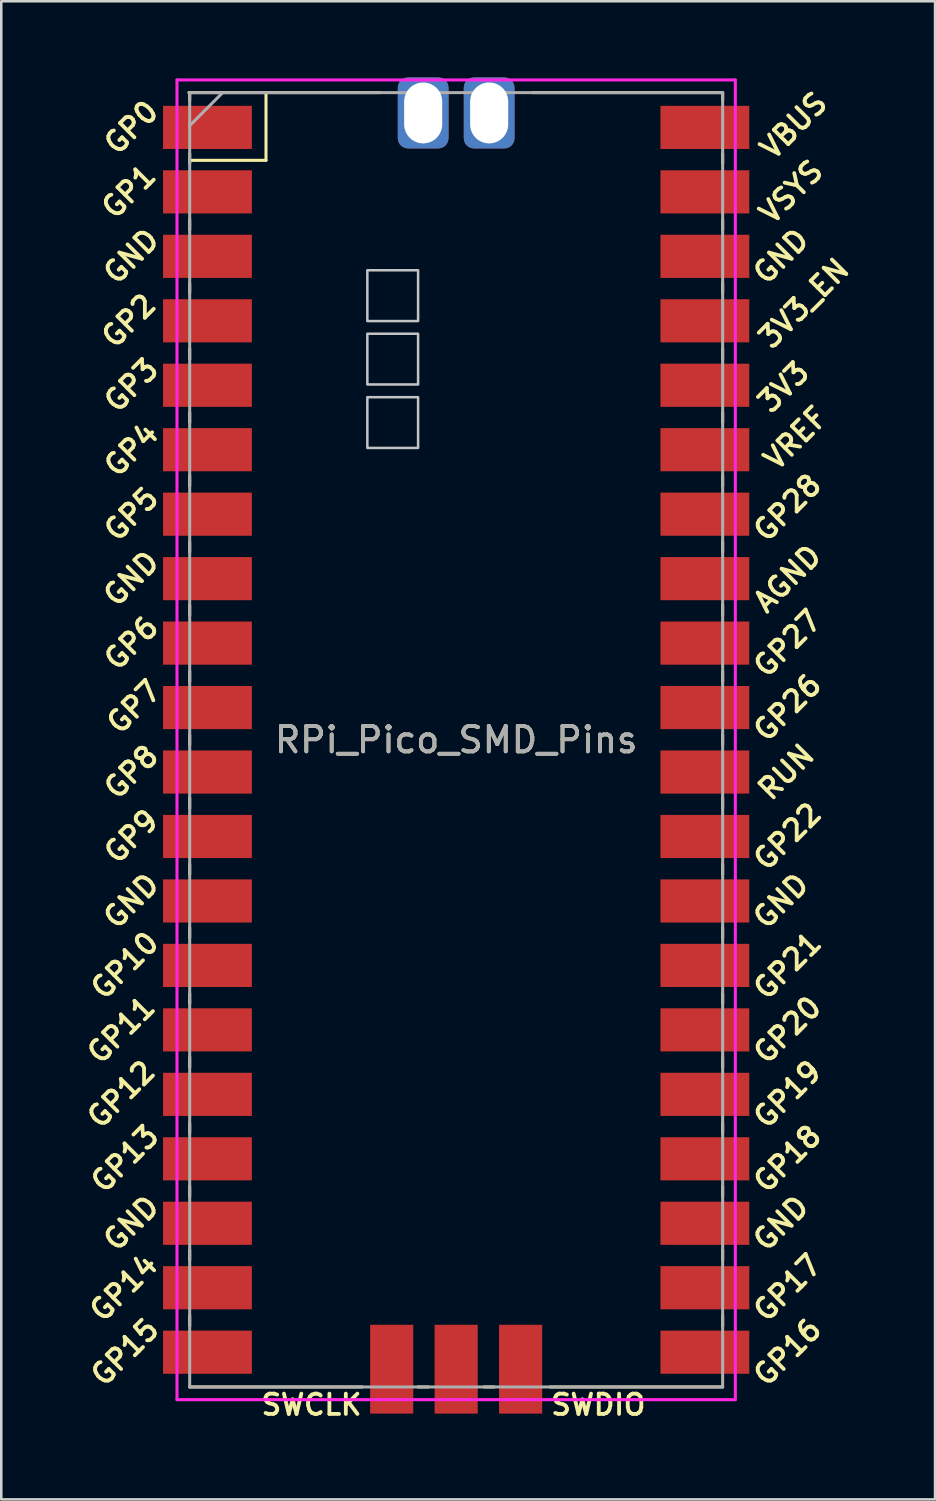
<source format=kicad_pcb>
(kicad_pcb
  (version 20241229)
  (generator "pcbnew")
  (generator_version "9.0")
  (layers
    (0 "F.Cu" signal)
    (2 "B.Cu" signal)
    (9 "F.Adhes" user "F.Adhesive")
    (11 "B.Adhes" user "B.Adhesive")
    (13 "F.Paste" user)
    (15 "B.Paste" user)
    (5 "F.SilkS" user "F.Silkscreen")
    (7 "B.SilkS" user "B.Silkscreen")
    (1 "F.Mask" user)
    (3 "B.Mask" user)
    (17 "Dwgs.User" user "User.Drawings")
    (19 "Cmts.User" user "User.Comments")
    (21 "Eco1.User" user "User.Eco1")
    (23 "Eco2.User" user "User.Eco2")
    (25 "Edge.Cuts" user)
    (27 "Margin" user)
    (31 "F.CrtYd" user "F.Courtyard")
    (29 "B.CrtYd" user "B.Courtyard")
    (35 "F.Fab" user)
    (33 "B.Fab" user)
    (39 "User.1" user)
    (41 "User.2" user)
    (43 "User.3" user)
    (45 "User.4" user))
  (footprint "RPi_Pico_SMD_Pins"
    (layer "F.Cu")
    (at 14.924 26.1)
    (property "Reference" "RPi_Pico_SMD_Pins" (at 0 0 0) (layer "F.SilkS") (effects (font (size 1 1) (thickness 0.15))))
    (attr through_hole)
    (fp_line (start -10.5 -25.5) (end -10.5 -25.2) (stroke (width 0.12) (type solid)) (layer "F.SilkS"))
    (fp_line (start -10.5 -23.1) (end -10.5 -22.7) (stroke (width 0.12) (type solid)) (layer "F.SilkS"))
    (fp_line (start -10.5 -22.833) (end -7.493 -22.833) (stroke (width 0.12) (type solid)) (layer "F.SilkS"))
    (fp_line (start -10.5 -20.5) (end -10.5 -20.1) (stroke (width 0.12) (type solid)) (layer "F.SilkS"))
    (fp_line (start -10.5 -18) (end -10.5 -17.6) (stroke (width 0.12) (type solid)) (layer "F.SilkS"))
    (fp_line (start -10.5 -15.4) (end -10.5 -15) (stroke (width 0.12) (type solid)) (layer "F.SilkS"))
    (fp_line (start -10.5 -12.9) (end -10.5 -12.5) (stroke (width 0.12) (type solid)) (layer "F.SilkS"))
    (fp_line (start -10.5 -10.4) (end -10.5 -10) (stroke (width 0.12) (type solid)) (layer "F.SilkS"))
    (fp_line (start -10.5 -7.8) (end -10.5 -7.4) (stroke (width 0.12) (type solid)) (layer "F.SilkS"))
    (fp_line (start -10.5 -5.3) (end -10.5 -4.9) (stroke (width 0.12) (type solid)) (layer "F.SilkS"))
    (fp_line (start -10.5 -2.7) (end -10.5 -2.3) (stroke (width 0.12) (type solid)) (layer "F.SilkS"))
    (fp_line (start -10.5 -0.2) (end -10.5 0.2) (stroke (width 0.12) (type solid)) (layer "F.SilkS"))
    (fp_line (start -10.5 2.3) (end -10.5 2.7) (stroke (width 0.12) (type solid)) (layer "F.SilkS"))
    (fp_line (start -10.5 4.9) (end -10.5 5.3) (stroke (width 0.12) (type solid)) (layer "F.SilkS"))
    (fp_line (start -10.5 7.4) (end -10.5 7.8) (stroke (width 0.12) (type solid)) (layer "F.SilkS"))
    (fp_line (start -10.5 10) (end -10.5 10.4) (stroke (width 0.12) (type solid)) (layer "F.SilkS"))
    (fp_line (start -10.5 12.5) (end -10.5 12.9) (stroke (width 0.12) (type solid)) (layer "F.SilkS"))
    (fp_line (start -10.5 15.1) (end -10.5 15.5) (stroke (width 0.12) (type solid)) (layer "F.SilkS"))
    (fp_line (start -10.5 17.6) (end -10.5 18) (stroke (width 0.12) (type solid)) (layer "F.SilkS"))
    (fp_line (start -10.5 20.1) (end -10.5 20.5) (stroke (width 0.12) (type solid)) (layer "F.SilkS"))
    (fp_line (start -10.5 22.7) (end -10.5 23.1) (stroke (width 0.12) (type solid)) (layer "F.SilkS"))
    (fp_line (start -7.493 -22.833) (end -7.493 -25.5) (stroke (width 0.12) (type solid)) (layer "F.SilkS"))
    (fp_line (start -3.7 25.5) (end -10.5 25.5) (stroke (width 0.12) (type solid)) (layer "F.SilkS"))
    (fp_line (start -3 -25.5) (end -10.53 -25.5) (stroke (width 0.12) (type solid)) (layer "F.SilkS"))
    (fp_line (start -1.5 25.5) (end -1.1 25.5) (stroke (width 0.12) (type solid)) (layer "F.SilkS"))
    (fp_line (start 1.1 25.5) (end 1.5 25.5) (stroke (width 0.12) (type solid)) (layer "F.SilkS"))
    (fp_line (start 10.47 -25.5) (end 3 -25.5) (stroke (width 0.12) (type solid)) (layer "F.SilkS"))
    (fp_line (start 10.5 -25.5) (end 10.5 -25.2) (stroke (width 0.12) (type solid)) (layer "F.SilkS"))
    (fp_line (start 10.5 -23.1) (end 10.5 -22.7) (stroke (width 0.12) (type solid)) (layer "F.SilkS"))
    (fp_line (start 10.5 -20.5) (end 10.5 -20.1) (stroke (width 0.12) (type solid)) (layer "F.SilkS"))
    (fp_line (start 10.5 -18) (end 10.5 -17.6) (stroke (width 0.12) (type solid)) (layer "F.SilkS"))
    (fp_line (start 10.5 -15.4) (end 10.5 -15) (stroke (width 0.12) (type solid)) (layer "F.SilkS"))
    (fp_line (start 10.5 -12.9) (end 10.5 -12.5) (stroke (width 0.12) (type solid)) (layer "F.SilkS"))
    (fp_line (start 10.5 -10.4) (end 10.5 -10) (stroke (width 0.12) (type solid)) (layer "F.SilkS"))
    (fp_line (start 10.5 -7.8) (end 10.5 -7.4) (stroke (width 0.12) (type solid)) (layer "F.SilkS"))
    (fp_line (start 10.5 -5.3) (end 10.5 -4.9) (stroke (width 0.12) (type solid)) (layer "F.SilkS"))
    (fp_line (start 10.5 -2.7) (end 10.5 -2.3) (stroke (width 0.12) (type solid)) (layer "F.SilkS"))
    (fp_line (start 10.5 -0.2) (end 10.5 0.2) (stroke (width 0.12) (type solid)) (layer "F.SilkS"))
    (fp_line (start 10.5 2.3) (end 10.5 2.7) (stroke (width 0.12) (type solid)) (layer "F.SilkS"))
    (fp_line (start 10.5 4.9) (end 10.5 5.3) (stroke (width 0.12) (type solid)) (layer "F.SilkS"))
    (fp_line (start 10.5 7.4) (end 10.5 7.8) (stroke (width 0.12) (type solid)) (layer "F.SilkS"))
    (fp_line (start 10.5 10) (end 10.5 10.4) (stroke (width 0.12) (type solid)) (layer "F.SilkS"))
    (fp_line (start 10.5 12.5) (end 10.5 12.9) (stroke (width 0.12) (type solid)) (layer "F.SilkS"))
    (fp_line (start 10.5 15.1) (end 10.5 15.5) (stroke (width 0.12) (type solid)) (layer "F.SilkS"))
    (fp_line (start 10.5 17.6) (end 10.5 18) (stroke (width 0.12) (type solid)) (layer "F.SilkS"))
    (fp_line (start 10.5 20.1) (end 10.5 20.5) (stroke (width 0.12) (type solid)) (layer "F.SilkS"))
    (fp_line (start 10.5 22.7) (end 10.5 23.1) (stroke (width 0.12) (type solid)) (layer "F.SilkS"))
    (fp_line (start 10.5 25.5) (end 3.7 25.5) (stroke (width 0.12) (type solid)) (layer "F.SilkS"))
    (fp_poly (pts (xy -1.5 -16.5) (xy -3.5 -16.5) (xy -3.5 -18.5) (xy -1.5 -18.5)) (stroke (width 0.1) (type solid)) (fill no) (layer "Dwgs.User"))
    (fp_poly (pts (xy -1.5 -14) (xy -3.5 -14) (xy -3.5 -16) (xy -1.5 -16)) (stroke (width 0.1) (type solid)) (fill no) (layer "Dwgs.User"))
    (fp_poly (pts (xy -1.5 -11.5) (xy -3.5 -11.5) (xy -3.5 -13.5) (xy -1.5 -13.5)) (stroke (width 0.1) (type solid)) (fill no) (layer "Dwgs.User"))
    (fp_line (start -11 -26) (end 11 -26) (stroke (width 0.12) (type solid)) (layer "F.CrtYd"))
    (fp_line (start -11 26) (end -11 -26) (stroke (width 0.12) (type solid)) (layer "F.CrtYd"))
    (fp_line (start 11 -26) (end 11 26) (stroke (width 0.12) (type solid)) (layer "F.CrtYd"))
    (fp_line (start 11 26) (end -11 26) (stroke (width 0.12) (type solid)) (layer "F.CrtYd"))
    (fp_line (start -10.5 -25.5) (end 10.5 -25.5) (stroke (width 0.12) (type solid)) (layer "F.Fab"))
    (fp_line (start -10.5 -24.2) (end -9.2 -25.5) (stroke (width 0.12) (type solid)) (layer "F.Fab"))
    (fp_line (start -10.5 25.5) (end -10.5 -25.5) (stroke (width 0.12) (type solid)) (layer "F.Fab"))
    (fp_line (start 10.5 -25.5) (end 10.5 25.5) (stroke (width 0.12) (type solid)) (layer "F.Fab"))
    (fp_line (start 10.5 25.5) (end -10.5 25.5) (stroke (width 0.12) (type solid)) (layer "F.Fab"))
    (fp_text user "GP7" (at -12.7 -1.3 45) (layer "F.SilkS") (effects (font (size 0.8 0.8) (thickness 0.15))))
    (fp_text user "GP28" (at 13.054 -9.144 45) (layer "F.SilkS") (effects (font (size 0.8 0.8) (thickness 0.15))))
    (fp_text user "GP3" (at -12.8 -13.97 45) (layer "F.SilkS") (effects (font (size 0.8 0.8) (thickness 0.15))))
    (fp_text user "AGND" (at 13.054 -6.35 45) (layer "F.SilkS") (effects (font (size 0.8 0.8) (thickness 0.15))))
    (fp_text user "VREF" (at 13.375 -11.889 45) (layer "F.SilkS") (effects (font (size 0.8 0.8) (thickness 0.15))))
    (fp_text user "GP18" (at 13.054 16.51 45) (layer "F.SilkS") (effects (font (size 0.8 0.8) (thickness 0.15))))
    (fp_text user "GP15" (at -13.054 24.13 45) (layer "F.SilkS") (effects (font (size 0.8 0.8) (thickness 0.15))))
    (fp_text user "GP11" (at -13.2 11.43 45) (layer "F.SilkS") (effects (font (size 0.8 0.8) (thickness 0.15))))
    (fp_text user "3V3_EN" (at 13.7 -17.2 45) (layer "F.SilkS") (effects (font (size 0.8 0.8) (thickness 0.15))))
    (fp_text user "GP8" (at -12.8 1.27 45) (layer "F.SilkS") (effects (font (size 0.8 0.8) (thickness 0.15))))
    (fp_text user "GP19" (at 13.054 13.97 45) (layer "F.SilkS") (effects (font (size 0.8 0.8) (thickness 0.15))))
    (fp_text user "GP26" (at 13.054 -1.27 45) (layer "F.SilkS") (effects (font (size 0.8 0.8) (thickness 0.15))))
    (fp_text user "GND" (at 12.8 6.35 45) (layer "F.SilkS") (effects (font (size 0.8 0.8) (thickness 0.15))))
    (fp_text user "GND" (at 12.8 19.05 45) (layer "F.SilkS") (effects (font (size 0.8 0.8) (thickness 0.15))))
    (fp_text user "GP16" (at 13.054 24.13 45) (layer "F.SilkS") (effects (font (size 0.8 0.8) (thickness 0.15))))
    (fp_text user "GP14" (at -13.1 21.59 45) (layer "F.SilkS") (effects (font (size 0.8 0.8) (thickness 0.15))))
    (fp_text user "GP2" (at -12.9 -16.51 45) (layer "F.SilkS") (effects (font (size 0.8 0.8) (thickness 0.15))))
    (fp_text user "GND" (at -12.8 -19.05 45) (layer "F.SilkS") (effects (font (size 0.8 0.8) (thickness 0.15))))
    (fp_text user "GP12" (at -13.2 13.97 45) (layer "F.SilkS") (effects (font (size 0.8 0.8) (thickness 0.15))))
    (fp_text user "GP9" (at -12.8 3.81 45) (layer "F.SilkS") (effects (font (size 0.8 0.8) (thickness 0.15))))
    (fp_text user "GND" (at 12.8 -19.05 45) (layer "F.SilkS") (effects (font (size 0.8 0.8) (thickness 0.15))))
    (fp_text user "VSYS" (at 13.2 -21.59 45) (layer "F.SilkS") (effects (font (size 0.8 0.8) (thickness 0.15))))
    (fp_text user "GP0" (at -12.8 -24.13 45) (layer "F.SilkS") (effects (font (size 0.8 0.8) (thickness 0.15))))
    (fp_text user "GP21" (at 13.054 8.9 45) (layer "F.SilkS") (effects (font (size 0.8 0.8) (thickness 0.15))))
    (fp_text user "3V3" (at 12.9 -13.9 45) (layer "F.SilkS") (effects (font (size 0.8 0.8) (thickness 0.15))))
    (fp_text user "GP5" (at -12.8 -8.89 45) (layer "F.SilkS") (effects (font (size 0.8 0.8) (thickness 0.15))))
    (fp_text user "GP20" (at 13.054 11.43 45) (layer "F.SilkS") (effects (font (size 0.8 0.8) (thickness 0.15))))
    (fp_text user "GND" (at -12.8 6.35 45) (layer "F.SilkS") (effects (font (size 0.8 0.8) (thickness 0.15))))
    (fp_text user "GP4" (at -12.8 -11.43 45) (layer "F.SilkS") (effects (font (size 0.8 0.8) (thickness 0.15))))
    (fp_text user "GND" (at -12.8 19.05 45) (layer "F.SilkS") (effects (font (size 0.8 0.8) (thickness 0.15))))
    (fp_text user "GP1" (at -12.9 -21.6 45) (layer "F.SilkS") (effects (font (size 0.8 0.8) (thickness 0.15))))
    (fp_text user "VBUS" (at 13.3 -24.2 45) (layer "F.SilkS") (effects (font (size 0.8 0.8) (thickness 0.15))))
    (fp_text user "GP17" (at 13.054 21.59 45) (layer "F.SilkS") (effects (font (size 0.8 0.8) (thickness 0.15))))
    (fp_text user "GP22" (at 13.054 3.81 45) (layer "F.SilkS") (effects (font (size 0.8 0.8) (thickness 0.15))))
    (fp_text user "SWCLK" (at -5.7 26.2 0) (layer "F.SilkS") (effects (font (size 0.8 0.8) (thickness 0.15))))
    (fp_text user "GP27" (at 13.054 -3.8 45) (layer "F.SilkS") (effects (font (size 0.8 0.8) (thickness 0.15))))
    (fp_text user "GND" (at -12.8 -6.35 45) (layer "F.SilkS") (effects (font (size 0.8 0.8) (thickness 0.15))))
    (fp_text user "GP10" (at -13.054 8.89 45) (layer "F.SilkS") (effects (font (size 0.8 0.8) (thickness 0.15))))
    (fp_text user "GP13" (at -13.054 16.51 45) (layer "F.SilkS") (effects (font (size 0.8 0.8) (thickness 0.15))))
    (fp_text user "SWDIO" (at 5.6 26.2 0) (layer "F.SilkS") (effects (font (size 0.8 0.8) (thickness 0.15))))
    (fp_text user "RUN" (at 13 1.27 45) (layer "F.SilkS") (effects (font (size 0.8 0.8) (thickness 0.15))))
    (fp_text user "GP6" (at -12.8 -3.81 45) (layer "F.SilkS") (effects (font (size 0.8 0.8) (thickness 0.15))))
    (fp_text user "${REFERENCE}" (at 0 0 180) (layer "F.Fab") (effects (font (size 1 1) (thickness 0.15))))
    (pad "1" smd rect (at -9.8 -24.13) (size 3.5 1.7) (layers "F.Cu" "F.Mask"))
    (pad "2" smd rect (at -9.8 -21.59) (size 3.5 1.7) (layers "F.Cu" "F.Mask"))
    (pad "3" smd rect (at -9.8 -19.05) (size 3.5 1.7) (layers "F.Cu" "F.Mask"))
    (pad "4" smd rect (at -9.8 -16.51) (size 3.5 1.7) (layers "F.Cu" "F.Mask"))
    (pad "5" smd rect (at -9.8 -13.97) (size 3.5 1.7) (layers "F.Cu" "F.Mask"))
    (pad "6" smd rect (at -9.8 -11.43) (size 3.5 1.7) (layers "F.Cu" "F.Mask"))
    (pad "7" smd rect (at -9.8 -8.89) (size 3.5 1.7) (layers "F.Cu" "F.Mask"))
    (pad "8" smd rect (at -9.8 -6.35) (size 3.5 1.7) (layers "F.Cu" "F.Mask"))
    (pad "9" smd rect (at -9.8 -3.81) (size 3.5 1.7) (layers "F.Cu" "F.Mask"))
    (pad "10" smd rect (at -9.8 -1.27) (size 3.5 1.7) (layers "F.Cu" "F.Mask"))
    (pad "11" smd rect (at -9.8 1.27) (size 3.5 1.7) (layers "F.Cu" "F.Mask"))
    (pad "12" smd rect (at -9.8 3.81) (size 3.5 1.7) (layers "F.Cu" "F.Mask"))
    (pad "13" smd rect (at -9.8 6.35) (size 3.5 1.7) (layers "F.Cu" "F.Mask"))
    (pad "14" smd rect (at -9.8 8.89) (size 3.5 1.7) (layers "F.Cu" "F.Mask"))
    (pad "15" smd rect (at -9.8 11.43) (size 3.5 1.7) (layers "F.Cu" "F.Mask"))
    (pad "16" smd rect (at -9.8 13.97) (size 3.5 1.7) (layers "F.Cu" "F.Mask"))
    (pad "17" smd rect (at -9.8 16.51) (size 3.5 1.7) (layers "F.Cu" "F.Mask"))
    (pad "18" smd rect (at -9.8 19.05) (size 3.5 1.7) (layers "F.Cu" "F.Mask"))
    (pad "19" smd rect (at -9.8 21.59) (size 3.5 1.7) (layers "F.Cu" "F.Mask"))
    (pad "20" smd rect (at -9.8 24.13) (size 3.5 1.7) (layers "F.Cu" "F.Mask"))
    (pad "21" smd rect (at 9.8 24.13) (size 3.5 1.7) (layers "F.Cu" "F.Mask"))
    (pad "22" smd rect (at 9.8 21.59) (size 3.5 1.7) (layers "F.Cu" "F.Mask"))
    (pad "23" smd rect (at 9.8 19.05) (size 3.5 1.7) (layers "F.Cu" "F.Mask"))
    (pad "24" smd rect (at 9.8 16.51) (size 3.5 1.7) (layers "F.Cu" "F.Mask"))
    (pad "25" smd rect (at 9.8 13.97) (size 3.5 1.7) (layers "F.Cu" "F.Mask"))
    (pad "26" smd rect (at 9.8 11.43) (size 3.5 1.7) (layers "F.Cu" "F.Mask"))
    (pad "27" smd rect (at 9.8 8.89) (size 3.5 1.7) (layers "F.Cu" "F.Mask"))
    (pad "28" smd rect (at 9.8 6.35) (size 3.5 1.7) (layers "F.Cu" "F.Mask"))
    (pad "29" smd rect (at 9.8 3.81) (size 3.5 1.7) (layers "F.Cu" "F.Mask"))
    (pad "30" smd rect (at 9.8 1.27) (size 3.5 1.7) (layers "F.Cu" "F.Mask"))
    (pad "31" smd rect (at 9.8 -1.27) (size 3.5 1.7) (layers "F.Cu" "F.Mask"))
    (pad "32" smd rect (at 9.8 -3.81) (size 3.5 1.7) (layers "F.Cu" "F.Mask"))
    (pad "33" smd rect (at 9.8 -6.35) (size 3.5 1.7) (layers "F.Cu" "F.Mask"))
    (pad "34" smd rect (at 9.8 -8.89) (size 3.5 1.7) (layers "F.Cu" "F.Mask"))
    (pad "35" smd rect (at 9.8 -11.43) (size 3.5 1.7) (layers "F.Cu" "F.Mask"))
    (pad "36" smd rect (at 9.8 -13.97) (size 3.5 1.7) (layers "F.Cu" "F.Mask"))
    (pad "37" smd rect (at 9.8 -16.51) (size 3.5 1.7) (layers "F.Cu" "F.Mask"))
    (pad "38" smd rect (at 9.8 -19.05) (size 3.5 1.7) (layers "F.Cu" "F.Mask"))
    (pad "39" smd rect (at 9.8 -21.59) (size 3.5 1.7) (layers "F.Cu" "F.Mask"))
    (pad "40" smd rect (at 9.8 -24.13) (size 3.5 1.7) (layers "F.Cu" "F.Mask"))
    (pad "41" smd rect (at -2.54 24.8 90) (size 3.5 1.7) (layers "F.Cu" "F.Mask"))
    (pad "42" smd rect (at 0 24.8 90) (size 3.5 1.7) (layers "F.Cu" "F.Mask"))
    (pad "43" smd rect (at 2.54 24.8 90) (size 3.5 1.7) (layers "F.Cu" "F.Mask"))
    (pad "TP2" thru_hole roundrect (at 1.3 -24.7) (size 2 2.8) (drill oval 1.5 2.4) (layers "*.Cu" "*.Mask") (roundrect_rratio 0.2))
    (pad "TP3" thru_hole roundrect (at -1.3 -24.7) (size 2 2.8) (drill oval 1.5 2.4) (layers "*.Cu" "*.Mask") (roundrect_rratio 0.2)))
  (gr_rect
    (start -3 -3)
    (end 33.793 56.031)
    (stroke (width 0.1) (type default))
    (fill no)
    (layer "Edge.Cuts")))
</source>
